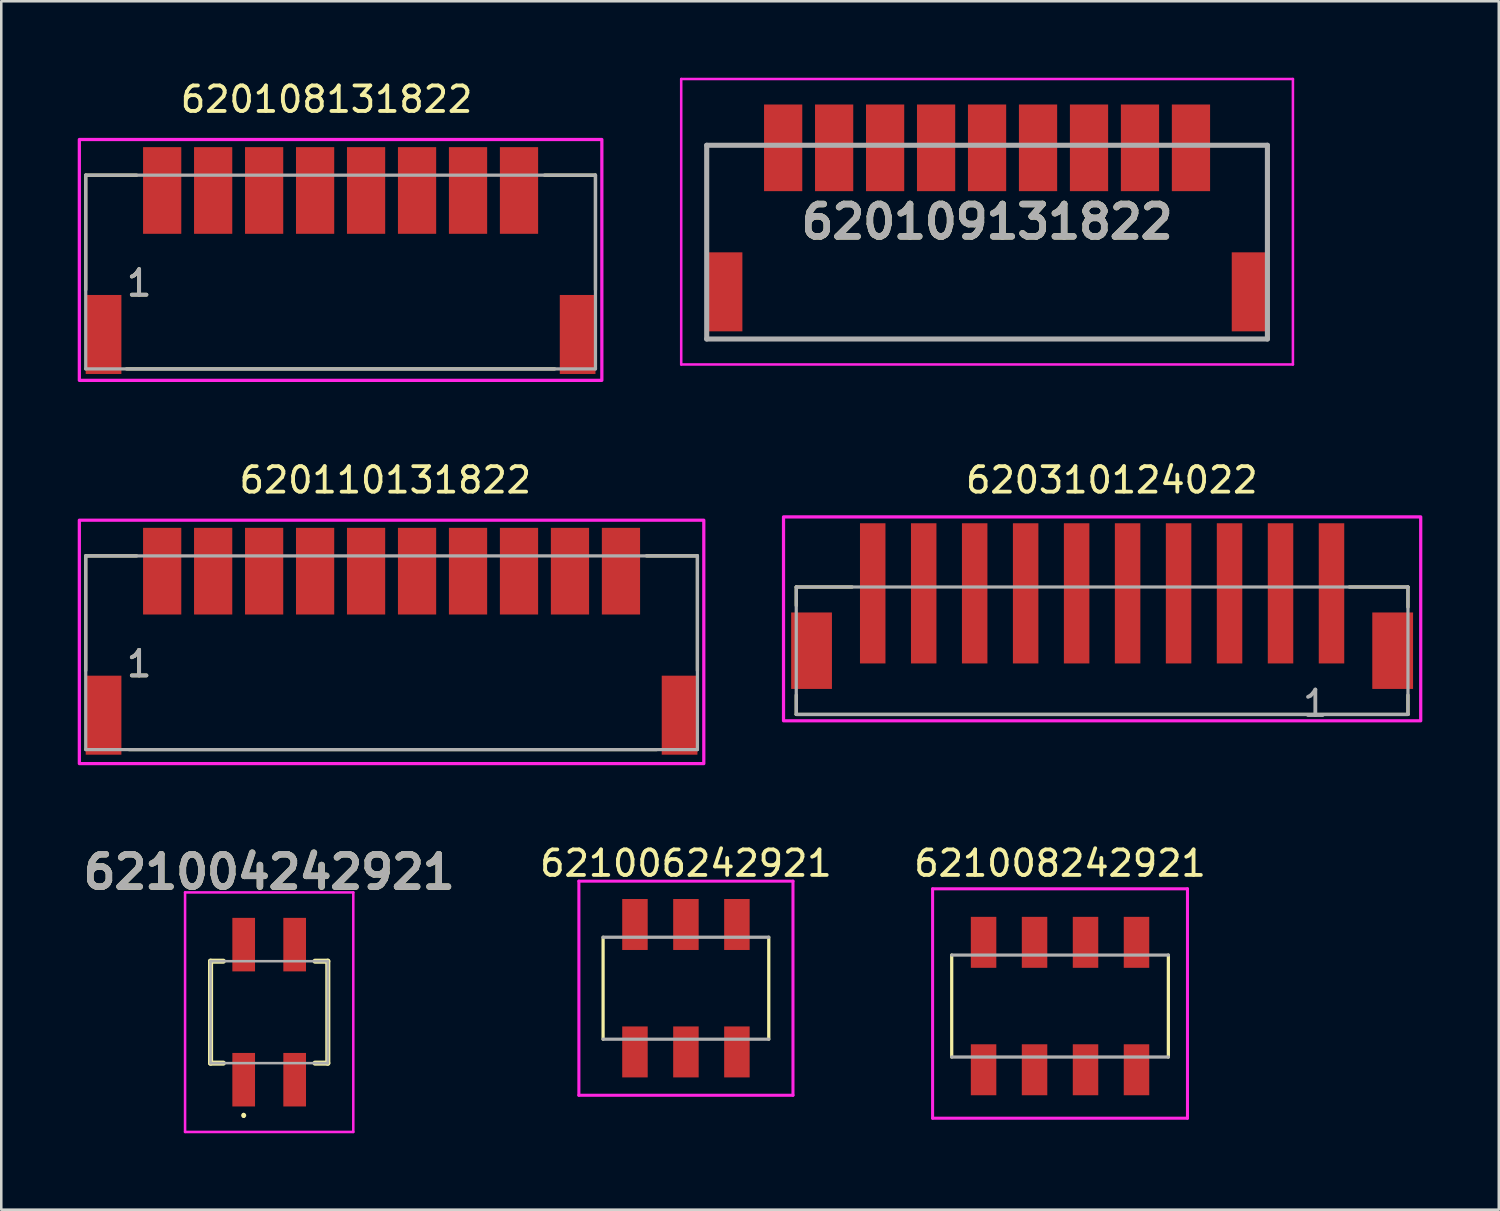
<source format=kicad_pcb>
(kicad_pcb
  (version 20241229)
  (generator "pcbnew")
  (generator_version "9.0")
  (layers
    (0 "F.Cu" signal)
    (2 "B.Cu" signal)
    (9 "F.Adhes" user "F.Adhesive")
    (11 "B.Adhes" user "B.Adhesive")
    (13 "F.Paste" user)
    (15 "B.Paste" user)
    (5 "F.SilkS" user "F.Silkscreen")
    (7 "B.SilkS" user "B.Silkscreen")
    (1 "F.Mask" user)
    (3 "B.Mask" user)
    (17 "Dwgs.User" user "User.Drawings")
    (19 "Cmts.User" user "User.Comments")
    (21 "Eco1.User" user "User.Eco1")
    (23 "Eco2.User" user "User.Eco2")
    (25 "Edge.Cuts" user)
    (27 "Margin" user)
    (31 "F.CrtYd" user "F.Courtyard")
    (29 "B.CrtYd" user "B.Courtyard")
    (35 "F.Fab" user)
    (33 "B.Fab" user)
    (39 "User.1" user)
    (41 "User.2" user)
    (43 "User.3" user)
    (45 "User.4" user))
  (footprint "620110131822"
    (layer "F.Cu")
    (at 12.313 19.36)
    (property "Reference" "620110131822" (at -0.245 -3.575 0) (layer "F.SilkS") (effects (font (size 1 1) (thickness 0.15))))
    (attr through_hole)
    (fp_line (start -12 -0.6) (end -12 3.9) (stroke (width 0.127) (type solid)) (layer "F.SilkS"))
    (fp_line (start -10.3 7) (end 10.4 7) (stroke (width 0.127) (type solid)) (layer "F.SilkS"))
    (fp_line (start -10 -0.6) (end -12 -0.6) (stroke (width 0.127) (type solid)) (layer "F.SilkS"))
    (fp_line (start 10 -0.6) (end 12 -0.6) (stroke (width 0.127) (type solid)) (layer "F.SilkS"))
    (fp_line (start 12 -0.6) (end 12 3.9) (stroke (width 0.127) (type solid)) (layer "F.SilkS"))
    (fp_poly (pts (xy -12.25 -2) (xy 12.25 -2) (xy 12.25 7.55) (xy -12.25 7.55)) (stroke (width 0.127) (type solid)) (fill no) (layer "F.CrtYd"))
    (fp_line (start -12 -0.6) (end 12 -0.6) (stroke (width 0.127) (type solid)) (layer "F.Fab"))
    (fp_line (start -12 7) (end -12 -0.6) (stroke (width 0.127) (type solid)) (layer "F.Fab"))
    (fp_line (start 12 -0.6) (end 12 7) (stroke (width 0.127) (type solid)) (layer "F.Fab"))
    (fp_line (start 12 7) (end -12 7) (stroke (width 0.127) (type solid)) (layer "F.Fab"))
    (fp_text user "1" (at -9.905 3.635 0) (layer "F.SilkS") (effects (font (size 1 1) (thickness 0.15))))
    (fp_text user "1" (at -9.905 3.635 0) (layer "F.Fab") (effects (font (size 1 1) (thickness 0.15))))
    (pad "1" smd rect (at -9 0 180) (size 1.5 3.4) (layers "F.Cu" "F.Mask" "F.Paste"))
    (pad "2" smd rect (at -7 0 180) (size 1.5 3.4) (layers "F.Cu" "F.Mask" "F.Paste"))
    (pad "3" smd rect (at -5 0 180) (size 1.5 3.4) (layers "F.Cu" "F.Mask" "F.Paste"))
    (pad "4" smd rect (at -3 0 180) (size 1.5 3.4) (layers "F.Cu" "F.Mask" "F.Paste"))
    (pad "5" smd rect (at -1 0 180) (size 1.5 3.4) (layers "F.Cu" "F.Mask" "F.Paste"))
    (pad "6" smd rect (at 1 0 180) (size 1.5 3.4) (layers "F.Cu" "F.Mask" "F.Paste"))
    (pad "7" smd rect (at 3 0 180) (size 1.5 3.4) (layers "F.Cu" "F.Mask" "F.Paste"))
    (pad "8" smd rect (at 5 0 180) (size 1.5 3.4) (layers "F.Cu" "F.Mask" "F.Paste"))
    (pad "9" smd rect (at 7 0 180) (size 1.5 3.4) (layers "F.Cu" "F.Mask" "F.Paste"))
    (pad "10" smd rect (at 9 0 180) (size 1.5 3.4) (layers "F.Cu" "F.Mask" "F.Paste"))
    (pad "Z1" smd rect (at -11.3 5.65 180) (size 1.4 3.1) (layers "F.Cu" "F.Mask" "F.Paste"))
    (pad "Z2" smd rect (at 11.3 5.65 180) (size 1.4 3.1) (layers "F.Cu" "F.Mask" "F.Paste")))
  (footprint "620109131822"
    (layer "F.Cu")
    (at 35.677 6.45)
    (property "Reference" "620109131822" (at 0 -0.8 0) (layer "F.SilkS") (effects (font (size 1.27 1.27) (thickness 0.254))))
    (attr smd)
    (fp_line (start -11 -3.8) (end -11 0.1) (stroke (width 0.1) (type solid)) (layer "F.SilkS"))
    (fp_line (start -11 3.8) (end 11 3.8) (stroke (width 0.1) (type solid)) (layer "F.SilkS"))
    (fp_line (start -9.2 -3.8) (end -11 -3.8) (stroke (width 0.1) (type solid)) (layer "F.SilkS"))
    (fp_line (start 9.1 -3.8) (end 10.9 -3.8) (stroke (width 0.1) (type solid)) (layer "F.SilkS"))
    (fp_line (start 11 -3.8) (end 11 0.1) (stroke (width 0.1) (type solid)) (layer "F.SilkS"))
    (fp_line (start -12 -6.4) (end 12 -6.4) (stroke (width 0.1) (type solid)) (layer "F.CrtYd"))
    (fp_line (start -12 4.8) (end -12 -6.4) (stroke (width 0.1) (type solid)) (layer "F.CrtYd"))
    (fp_line (start 12 -6.4) (end 12 4.8) (stroke (width 0.1) (type solid)) (layer "F.CrtYd"))
    (fp_line (start 12 4.8) (end -12 4.8) (stroke (width 0.1) (type solid)) (layer "F.CrtYd"))
    (fp_line (start -11 -3.8) (end 11 -3.8) (stroke (width 0.2) (type solid)) (layer "F.Fab"))
    (fp_line (start -11 3.8) (end -11 -3.8) (stroke (width 0.2) (type solid)) (layer "F.Fab"))
    (fp_line (start 11 -3.8) (end 11 3.8) (stroke (width 0.2) (type solid)) (layer "F.Fab"))
    (fp_line (start 11 3.8) (end -11 3.8) (stroke (width 0.2) (type solid)) (layer "F.Fab"))
    (fp_text user "${REFERENCE}" (at 0 -0.8 0) (layer "F.Fab") (effects (font (size 1.27 1.27) (thickness 0.254))))
    (pad "1" smd rect (at -8 -3.7) (size 1.5 3.4) (layers "F.Cu" "F.Mask" "F.Paste"))
    (pad "2" smd rect (at -6 -3.7) (size 1.5 3.4) (layers "F.Cu" "F.Mask" "F.Paste"))
    (pad "3" smd rect (at -4 -3.7) (size 1.5 3.4) (layers "F.Cu" "F.Mask" "F.Paste"))
    (pad "4" smd rect (at -2 -3.7) (size 1.5 3.4) (layers "F.Cu" "F.Mask" "F.Paste"))
    (pad "5" smd rect (at -10.3 1.95) (size 1.4 3.1) (layers "F.Cu" "F.Mask" "F.Paste"))
    (pad "5" smd rect (at 0 -3.7) (size 1.5 3.4) (layers "F.Cu" "F.Mask" "F.Paste"))
    (pad "6" smd rect (at 2 -3.7) (size 1.5 3.4) (layers "F.Cu" "F.Mask" "F.Paste"))
    (pad "6" smd rect (at 10.3 1.95) (size 1.4 3.1) (layers "F.Cu" "F.Mask" "F.Paste"))
    (pad "7" smd rect (at 4 -3.7) (size 1.5 3.4) (layers "F.Cu" "F.Mask" "F.Paste"))
    (pad "8" smd rect (at 6 -3.7) (size 1.5 3.4) (layers "F.Cu" "F.Mask" "F.Paste"))
    (pad "9" smd rect (at 8 -3.7) (size 1.5 3.4) (layers "F.Cu" "F.Mask" "F.Paste")))
  (footprint "620108131822"
    (layer "F.Cu")
    (at 10.313 4.423)
    (property "Reference" "620108131822" (at -0.55 -3.575 0) (layer "F.SilkS") (effects (font (size 1 1) (thickness 0.15))))
    (attr through_hole)
    (fp_line (start -10 -0.6) (end -10 3.9) (stroke (width 0.127) (type solid)) (layer "F.SilkS"))
    (fp_line (start -8.4 7) (end 8.4 7) (stroke (width 0.127) (type solid)) (layer "F.SilkS"))
    (fp_line (start -8 -0.6) (end -10 -0.6) (stroke (width 0.127) (type solid)) (layer "F.SilkS"))
    (fp_line (start 8 -0.6) (end 10 -0.6) (stroke (width 0.127) (type solid)) (layer "F.SilkS"))
    (fp_line (start 10 -0.6) (end 10 3.9) (stroke (width 0.127) (type solid)) (layer "F.SilkS"))
    (fp_poly (pts (xy -10.25 -2) (xy 10.25 -2) (xy 10.25 7.45) (xy -10.25 7.45)) (stroke (width 0.127) (type solid)) (fill no) (layer "F.CrtYd"))
    (fp_line (start -10 -0.6) (end 10 -0.6) (stroke (width 0.127) (type solid)) (layer "F.Fab"))
    (fp_line (start -10 7) (end -10 -0.6) (stroke (width 0.127) (type solid)) (layer "F.Fab"))
    (fp_line (start 10 -0.6) (end 10 7) (stroke (width 0.127) (type solid)) (layer "F.Fab"))
    (fp_line (start 10 7) (end -10 7) (stroke (width 0.127) (type solid)) (layer "F.Fab"))
    (fp_text user "1" (at -7.905 3.635 0) (layer "F.SilkS") (effects (font (size 1 1) (thickness 0.15))))
    (fp_text user "1" (at -7.905 3.635 0) (layer "F.Fab") (effects (font (size 1 1) (thickness 0.15))))
    (pad "1" smd rect (at -7 0 180) (size 1.5 3.4) (layers "F.Cu" "F.Mask" "F.Paste"))
    (pad "2" smd rect (at -5 0 180) (size 1.5 3.4) (layers "F.Cu" "F.Mask" "F.Paste"))
    (pad "3" smd rect (at -3 0 180) (size 1.5 3.4) (layers "F.Cu" "F.Mask" "F.Paste"))
    (pad "4" smd rect (at -1 0 180) (size 1.5 3.4) (layers "F.Cu" "F.Mask" "F.Paste"))
    (pad "5" smd rect (at 1 0 180) (size 1.5 3.4) (layers "F.Cu" "F.Mask" "F.Paste"))
    (pad "6" smd rect (at 3 0 180) (size 1.5 3.4) (layers "F.Cu" "F.Mask" "F.Paste"))
    (pad "7" smd rect (at 5 0 180) (size 1.5 3.4) (layers "F.Cu" "F.Mask" "F.Paste"))
    (pad "8" smd rect (at 7 0 180) (size 1.5 3.4) (layers "F.Cu" "F.Mask" "F.Paste"))
    (pad "Z1" smd rect (at -9.3 5.65 180) (size 1.4 3.1) (layers "F.Cu" "F.Mask" "F.Paste"))
    (pad "Z2" smd rect (at 9.3 5.65 180) (size 1.4 3.1) (layers "F.Cu" "F.Mask" "F.Paste")))
  (footprint "621006242921"
    (layer "F.Cu")
    (at 23.862 35.722)
    (property "Reference" "621006242921" (at 0 -4.9 0) (layer "F.SilkS") (effects (font (size 1 1) (thickness 0.15))))
    (attr through_hole)
    (fp_line (start -3.25 -2) (end -3.25 2) (stroke (width 0.127) (type solid)) (layer "F.SilkS"))
    (fp_line (start 3.25 2) (end 3.25 -2) (stroke (width 0.127) (type solid)) (layer "F.SilkS"))
    (fp_line (start -4.2 -4.2) (end -4.2 4.2) (stroke (width 0.12) (type solid)) (layer "F.CrtYd"))
    (fp_line (start -4.2 4.2) (end 4.2 4.2) (stroke (width 0.12) (type solid)) (layer "F.CrtYd"))
    (fp_line (start 4.2 -4.2) (end -4.2 -4.2) (stroke (width 0.12) (type solid)) (layer "F.CrtYd"))
    (fp_line (start 4.2 4.2) (end 4.2 -4.2) (stroke (width 0.12) (type solid)) (layer "F.CrtYd"))
    (fp_line (start -3.25 2) (end 3.25 2) (stroke (width 0.127) (type solid)) (layer "F.Fab"))
    (fp_line (start 3.25 -2) (end -3.25 -2) (stroke (width 0.127) (type solid)) (layer "F.Fab"))
    (pad "1" smd rect (at -2 -2.5) (size 1 2) (layers "F.Cu" "F.Mask" "F.Paste"))
    (pad "2" smd rect (at 0 -2.5) (size 1 2) (layers "F.Cu" "F.Mask" "F.Paste"))
    (pad "3" smd rect (at 2 -2.5) (size 1 2) (layers "F.Cu" "F.Mask" "F.Paste"))
    (pad "4" smd rect (at 2 2.5) (size 1 2) (layers "F.Cu" "F.Mask" "F.Paste"))
    (pad "5" smd rect (at 0 2.5) (size 1 2) (layers "F.Cu" "F.Mask" "F.Paste"))
    (pad "6" smd rect (at -2 2.5) (size 1 2) (layers "F.Cu" "F.Mask" "F.Paste")))
  (footprint "621004242921"
    (layer "F.Cu")
    (at 7.511 36.662)
    (property "Reference" "621004242921" (at 0 -5.5 0) (layer "F.SilkS") (effects (font (size 1.27 1.27) (thickness 0.254))))
    (attr through_hole)
    (fp_line (start -2.3 -2) (end -1.8 -2) (stroke (width 0.2) (type solid)) (layer "F.SilkS"))
    (fp_line (start -2.3 2) (end -2.3 -2) (stroke (width 0.2) (type solid)) (layer "F.SilkS"))
    (fp_line (start -1.8 2) (end -2.3 2) (stroke (width 0.2) (type solid)) (layer "F.SilkS"))
    (fp_line (start -1 4) (end -1 4) (stroke (width 0.1) (type solid)) (layer "F.SilkS"))
    (fp_line (start -1 4.1) (end -1 4.1) (stroke (width 0.1) (type solid)) (layer "F.SilkS"))
    (fp_line (start 1.8 -2) (end 2.3 -2) (stroke (width 0.2) (type solid)) (layer "F.SilkS"))
    (fp_line (start 2.3 -2) (end 2.3 2) (stroke (width 0.2) (type solid)) (layer "F.SilkS"))
    (fp_line (start 2.3 2) (end 1.8 2) (stroke (width 0.2) (type solid)) (layer "F.SilkS"))
    (fp_arc (start -1 4) (mid -0.95 4.05) (end -1 4.1) (stroke (width 0.1) (type solid)) (layer "F.SilkS"))
    (fp_arc (start -1 4.1) (mid -1.05 4.05) (end -1 4) (stroke (width 0.1) (type solid)) (layer "F.SilkS"))
    (fp_line (start -3.3 -4.7) (end 3.3 -4.7) (stroke (width 0.1) (type solid)) (layer "F.CrtYd"))
    (fp_line (start -3.3 4.7) (end -3.3 -4.7) (stroke (width 0.1) (type solid)) (layer "F.CrtYd"))
    (fp_line (start 3.3 -4.7) (end 3.3 4.7) (stroke (width 0.1) (type solid)) (layer "F.CrtYd"))
    (fp_line (start 3.3 4.7) (end -3.3 4.7) (stroke (width 0.1) (type solid)) (layer "F.CrtYd"))
    (fp_line (start -2.3 -2) (end 2.3 -2) (stroke (width 0.1) (type solid)) (layer "F.Fab"))
    (fp_line (start -2.3 2) (end -2.3 -2) (stroke (width 0.1) (type solid)) (layer "F.Fab"))
    (fp_line (start 2.3 -2) (end 2.3 2) (stroke (width 0.1) (type solid)) (layer "F.Fab"))
    (fp_line (start 2.3 2) (end -2.3 2) (stroke (width 0.1) (type solid)) (layer "F.Fab"))
    (fp_text user "${REFERENCE}" (at 0 -5.5 0) (layer "F.Fab") (effects (font (size 1.27 1.27) (thickness 0.254))))
    (pad "1" smd rect (at -1 2.65) (size 0.89 2.1) (layers "F.Cu" "F.Mask" "F.Paste"))
    (pad "2" smd rect (at -1 -2.65) (size 0.89 2.1) (layers "F.Cu" "F.Mask" "F.Paste"))
    (pad "3" smd rect (at 1 2.65) (size 0.89 2.1) (layers "F.Cu" "F.Mask" "F.Paste"))
    (pad "4" smd rect (at 1 -2.65) (size 0.89 2.1) (layers "F.Cu" "F.Mask" "F.Paste")))
  (footprint "620310124022"
    (layer "F.Cu")
    (at 40.191 20.23)
    (property "Reference" "620310124022" (at 0.38 -4.445 0) (layer "F.SilkS") (effects (font (size 1 1) (thickness 0.15))))
    (attr through_hole)
    (fp_line (start -12 -0.25) (end -12 0.48) (stroke (width 0.127) (type solid)) (layer "F.SilkS"))
    (fp_line (start -12 3.99) (end -12 4.75) (stroke (width 0.127) (type solid)) (layer "F.SilkS"))
    (fp_line (start -12 4.75) (end 12 4.75) (stroke (width 0.127) (type solid)) (layer "F.SilkS"))
    (fp_line (start -9.81 -0.25) (end -12 -0.25) (stroke (width 0.127) (type solid)) (layer "F.SilkS"))
    (fp_line (start 9.7 -0.25) (end 12 -0.25) (stroke (width 0.127) (type solid)) (layer "F.SilkS"))
    (fp_line (start 12 -0.25) (end 12 0.54) (stroke (width 0.127) (type solid)) (layer "F.SilkS"))
    (fp_line (start 12 4.75) (end 12 3.99) (stroke (width 0.127) (type solid)) (layer "F.SilkS"))
    (fp_poly (pts (xy -12.5 -3) (xy 12.5 -3) (xy 12.5 5) (xy -12.5 5)) (stroke (width 0.127) (type solid)) (fill no) (layer "F.CrtYd"))
    (fp_line (start -12 -0.25) (end 12 -0.25) (stroke (width 0.127) (type solid)) (layer "F.Fab"))
    (fp_line (start -12 4.75) (end -12 -0.25) (stroke (width 0.127) (type solid)) (layer "F.Fab"))
    (fp_line (start 12 -0.25) (end 12 4.75) (stroke (width 0.127) (type solid)) (layer "F.Fab"))
    (fp_line (start 12 4.75) (end -12 4.75) (stroke (width 0.127) (type solid)) (layer "F.Fab"))
    (fp_text user "1" (at 8.365 4.32 0) (layer "F.Fab") (effects (font (size 1 1) (thickness 0.15))))
    (pad "1" smd rect (at 9 0) (size 1 5.5) (layers "F.Cu" "F.Mask" "F.Paste"))
    (pad "2" smd rect (at 7 0) (size 1 5.5) (layers "F.Cu" "F.Mask" "F.Paste"))
    (pad "3" smd rect (at 5 0) (size 1 5.5) (layers "F.Cu" "F.Mask" "F.Paste"))
    (pad "4" smd rect (at 3 0) (size 1 5.5) (layers "F.Cu" "F.Mask" "F.Paste"))
    (pad "5" smd rect (at 1 0) (size 1 5.5) (layers "F.Cu" "F.Mask" "F.Paste"))
    (pad "6" smd rect (at -1 0) (size 1 5.5) (layers "F.Cu" "F.Mask" "F.Paste"))
    (pad "7" smd rect (at -3 0) (size 1 5.5) (layers "F.Cu" "F.Mask" "F.Paste"))
    (pad "8" smd rect (at -5 0) (size 1 5.5) (layers "F.Cu" "F.Mask" "F.Paste"))
    (pad "9" smd rect (at -7 0) (size 1 5.5) (layers "F.Cu" "F.Mask" "F.Paste"))
    (pad "10" smd rect (at -9 0) (size 1 5.5) (layers "F.Cu" "F.Mask" "F.Paste"))
    (pad "Z1" smd rect (at 11.4 2.25 90) (size 3 1.6) (layers "F.Cu" "F.Mask" "F.Paste"))
    (pad "Z2" smd rect (at -11.4 2.25 90) (size 3 1.6) (layers "F.Cu" "F.Mask" "F.Paste")))
  (footprint "621008242921"
    (layer "F.Cu")
    (at 38.54 36.422)
    (property "Reference" "621008242921" (at 0 -5.6 0) (layer "F.SilkS") (effects (font (size 1 1) (thickness 0.15))))
    (attr through_hole)
    (fp_line (start -4.25 -2) (end -4.25 2) (stroke (width 0.127) (type solid)) (layer "F.SilkS"))
    (fp_line (start 4.25 2) (end 4.25 -2) (stroke (width 0.127) (type solid)) (layer "F.SilkS"))
    (fp_line (start -5 -4.6) (end 5 -4.6) (stroke (width 0.12) (type solid)) (layer "F.CrtYd"))
    (fp_line (start -5 4.4) (end -5 -4.6) (stroke (width 0.12) (type solid)) (layer "F.CrtYd"))
    (fp_line (start 5 -4.6) (end 5 4.4) (stroke (width 0.12) (type solid)) (layer "F.CrtYd"))
    (fp_line (start 5 4.4) (end -5 4.4) (stroke (width 0.12) (type solid)) (layer "F.CrtYd"))
    (fp_line (start -4.25 2) (end 4.25 2) (stroke (width 0.127) (type solid)) (layer "F.Fab"))
    (fp_line (start 4.25 -2) (end -4.25 -2) (stroke (width 0.127) (type solid)) (layer "F.Fab"))
    (pad "1" smd rect (at -3 -2.5) (size 1 2) (layers "F.Cu" "F.Mask" "F.Paste"))
    (pad "2" smd rect (at -1 -2.5) (size 1 2) (layers "F.Cu" "F.Mask" "F.Paste"))
    (pad "3" smd rect (at 1 -2.5) (size 1 2) (layers "F.Cu" "F.Mask" "F.Paste"))
    (pad "4" smd rect (at 3 -2.5) (size 1 2) (layers "F.Cu" "F.Mask" "F.Paste"))
    (pad "5" smd rect (at 3 2.5) (size 1 2) (layers "F.Cu" "F.Mask" "F.Paste"))
    (pad "6" smd rect (at 1 2.5) (size 1 2) (layers "F.Cu" "F.Mask" "F.Paste"))
    (pad "7" smd rect (at -1 2.5) (size 1 2) (layers "F.Cu" "F.Mask" "F.Paste"))
    (pad "8" smd rect (at -3 2.5) (size 1 2) (layers "F.Cu" "F.Mask" "F.Paste")))
  (gr_rect
    (start -3 -3)
    (end 55.754 44.412)
    (stroke (width 0.1) (type default))
    (fill no)
    (layer "Edge.Cuts")))
</source>
